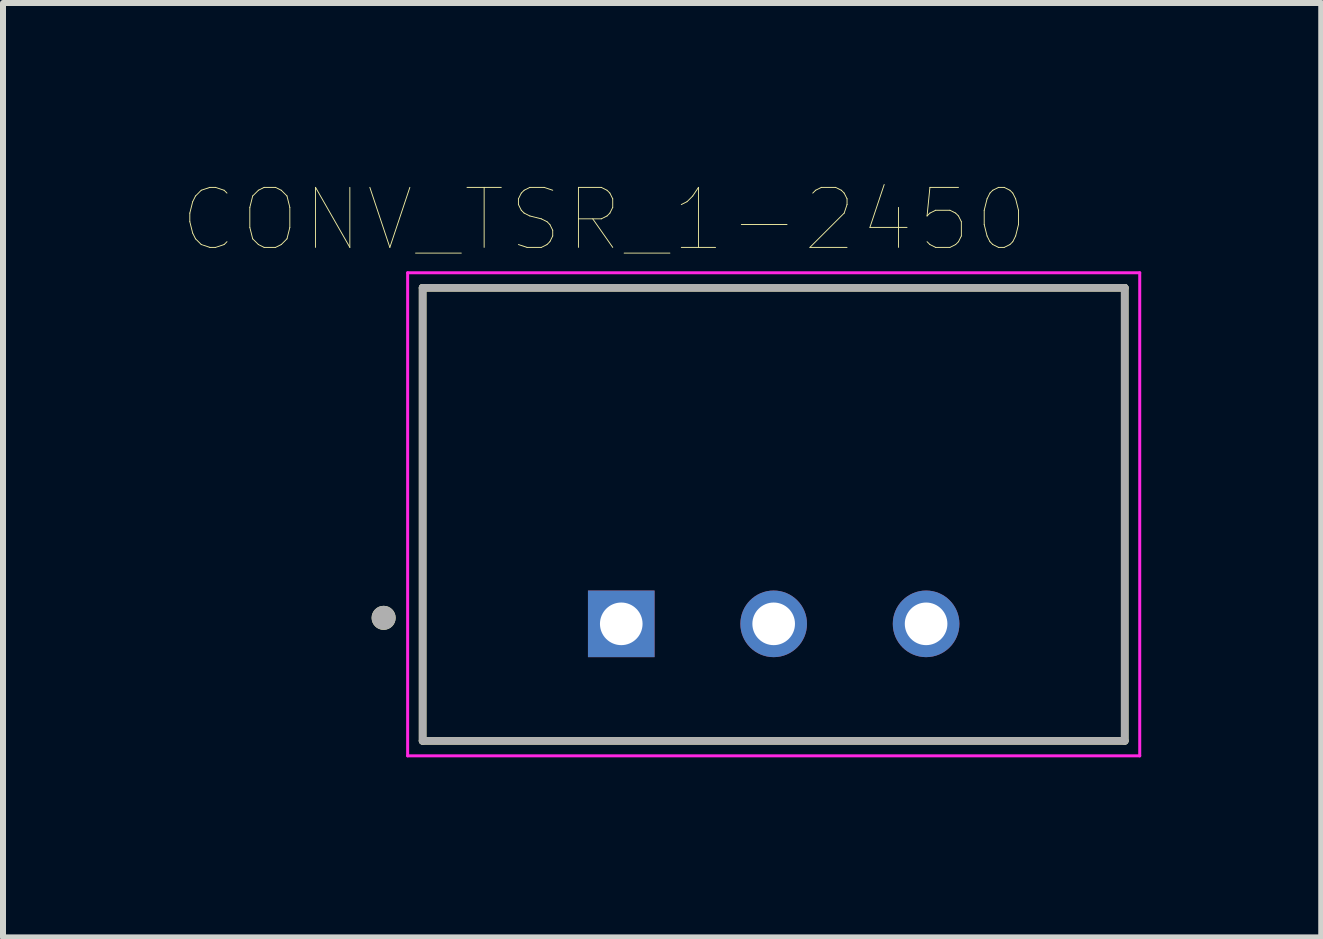
<source format=kicad_pcb>
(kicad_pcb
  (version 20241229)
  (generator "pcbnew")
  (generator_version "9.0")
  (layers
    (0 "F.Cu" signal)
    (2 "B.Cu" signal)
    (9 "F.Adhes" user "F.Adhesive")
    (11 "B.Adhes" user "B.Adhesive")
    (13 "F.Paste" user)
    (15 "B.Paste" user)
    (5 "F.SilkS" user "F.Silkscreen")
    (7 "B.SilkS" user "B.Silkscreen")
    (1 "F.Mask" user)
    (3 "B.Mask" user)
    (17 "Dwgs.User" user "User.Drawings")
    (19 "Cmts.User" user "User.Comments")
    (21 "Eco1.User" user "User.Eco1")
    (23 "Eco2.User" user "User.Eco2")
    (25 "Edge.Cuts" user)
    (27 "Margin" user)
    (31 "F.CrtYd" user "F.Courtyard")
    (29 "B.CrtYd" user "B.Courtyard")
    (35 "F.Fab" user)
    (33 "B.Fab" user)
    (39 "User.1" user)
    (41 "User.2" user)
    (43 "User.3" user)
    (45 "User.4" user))
  (footprint "CONV_TSR_1-2450"
    (layer "F.Cu")
    (at 9.843 7.346)
    (property "Reference" "CONV_TSR_1-2450" (at -2.825 -6.735 0) (layer "F.SilkS") (effects (font (size 1 1) (thickness 0.015))))
    (attr through_hole)
    (fp_line (start -5.85 -5.6) (end 5.85 -5.6) (stroke (width 0.127) (type solid)) (layer "F.SilkS"))
    (fp_line (start -5.85 1.95) (end -5.85 -5.6) (stroke (width 0.127) (type solid)) (layer "F.SilkS"))
    (fp_line (start 5.85 -5.6) (end 5.85 1.95) (stroke (width 0.127) (type solid)) (layer "F.SilkS"))
    (fp_line (start 5.85 1.95) (end -5.85 1.95) (stroke (width 0.127) (type solid)) (layer "F.SilkS"))
    (fp_circle (center -6.5 -0.1) (end -6.4 -0.1) (stroke (width 0.2) (type solid)) (fill no) (layer "F.SilkS"))
    (fp_line (start -6.1 -5.85) (end 6.1 -5.85) (stroke (width 0.05) (type solid)) (layer "F.CrtYd"))
    (fp_line (start -6.1 2.2) (end -6.1 -5.85) (stroke (width 0.05) (type solid)) (layer "F.CrtYd"))
    (fp_line (start 6.1 -5.85) (end 6.1 2.2) (stroke (width 0.05) (type solid)) (layer "F.CrtYd"))
    (fp_line (start 6.1 2.2) (end -6.1 2.2) (stroke (width 0.05) (type solid)) (layer "F.CrtYd"))
    (fp_line (start -5.85 -5.6) (end 5.85 -5.6) (stroke (width 0.127) (type solid)) (layer "F.Fab"))
    (fp_line (start -5.85 1.95) (end -5.85 -5.6) (stroke (width 0.127) (type solid)) (layer "F.Fab"))
    (fp_line (start 5.85 -5.6) (end 5.85 1.95) (stroke (width 0.127) (type solid)) (layer "F.Fab"))
    (fp_line (start 5.85 1.95) (end -5.85 1.95) (stroke (width 0.127) (type solid)) (layer "F.Fab"))
    (fp_circle (center -6.5 -0.1) (end -6.4 -0.1) (stroke (width 0.2) (type solid)) (fill no) (layer "F.Fab"))
    (pad "1" thru_hole rect (at -2.54 0) (size 1.11 1.11) (drill 0.71) (layers "*.Cu" "*.Mask"))
    (pad "2" thru_hole circle (at 0 0) (size 1.11 1.11) (drill 0.71) (layers "*.Cu" "*.Mask"))
    (pad "3" thru_hole circle (at 2.54 0) (size 1.11 1.11) (drill 0.71) (layers "*.Cu" "*.Mask")))
  (gr_rect
    (start -3 -3)
    (end 18.968 12.571)
    (stroke (width 0.1) (type default))
    (fill no)
    (layer "Edge.Cuts")))
</source>
